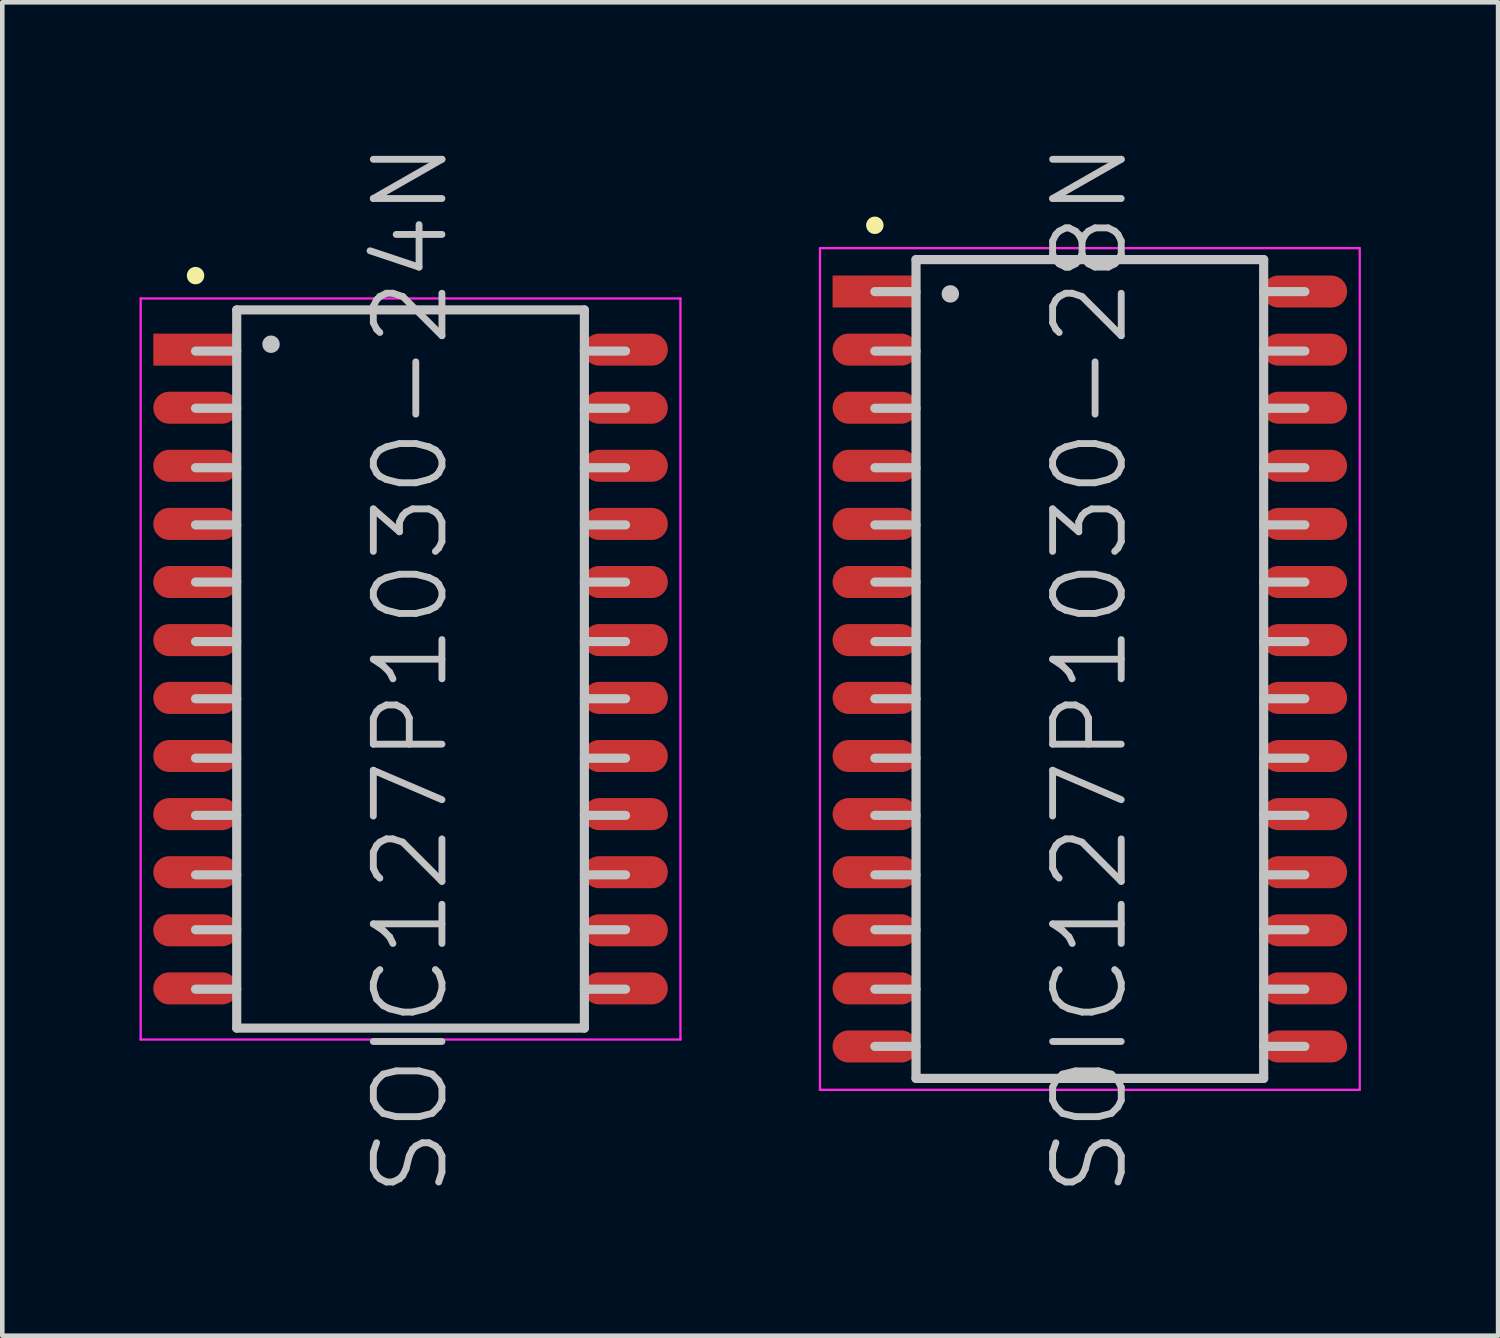
<source format=kicad_pcb>
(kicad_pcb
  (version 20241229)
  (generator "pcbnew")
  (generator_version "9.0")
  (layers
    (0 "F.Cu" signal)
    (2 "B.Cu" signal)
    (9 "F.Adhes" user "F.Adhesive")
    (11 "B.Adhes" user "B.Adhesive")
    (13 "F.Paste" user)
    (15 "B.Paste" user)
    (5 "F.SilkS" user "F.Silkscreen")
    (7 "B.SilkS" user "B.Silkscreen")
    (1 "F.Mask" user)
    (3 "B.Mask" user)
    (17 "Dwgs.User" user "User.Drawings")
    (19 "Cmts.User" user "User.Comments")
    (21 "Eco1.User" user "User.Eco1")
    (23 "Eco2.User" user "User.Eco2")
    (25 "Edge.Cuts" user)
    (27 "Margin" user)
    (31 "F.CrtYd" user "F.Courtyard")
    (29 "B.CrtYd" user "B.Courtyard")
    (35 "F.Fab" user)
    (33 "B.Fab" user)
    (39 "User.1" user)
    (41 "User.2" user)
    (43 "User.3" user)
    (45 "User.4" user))
  (footprint "SOIC127P1030-28N"
    (layer "F.Cu")
    (at 20.775 11.575)
    (property "Reference" "SOIC127P1030-28N" (at 0 0 90) (layer "Dwgs.User") (effects (font (size 1.5 1.5) (thickness 0.15))))
    (attr smd)
    (fp_line (start -4.7 -9.7) (end -4.7 -9.7) (stroke (width 0.381) (type solid)) (layer "F.SilkS"))
    (fp_line (start -3.8 -8.95) (end -3.8 8.95) (stroke (width 0.2) (type solid)) (layer "Dwgs.User"))
    (fp_line (start -3.8 -8.95) (end 3.8 -8.95) (stroke (width 0.2) (type solid)) (layer "Dwgs.User"))
    (fp_line (start -3.8 -8.25) (end -4.7 -8.25) (stroke (width 0.2) (type solid)) (layer "Dwgs.User"))
    (fp_line (start -3.8 -6.95) (end -4.7 -6.95) (stroke (width 0.2) (type solid)) (layer "Dwgs.User"))
    (fp_line (start -3.8 -5.7) (end -4.7 -5.7) (stroke (width 0.2) (type solid)) (layer "Dwgs.User"))
    (fp_line (start -3.8 -4.4) (end -4.7 -4.4) (stroke (width 0.2) (type solid)) (layer "Dwgs.User"))
    (fp_line (start -3.8 -3.15) (end -4.7 -3.15) (stroke (width 0.2) (type solid)) (layer "Dwgs.User"))
    (fp_line (start -3.8 -1.9) (end -4.7 -1.9) (stroke (width 0.2) (type solid)) (layer "Dwgs.User"))
    (fp_line (start -3.8 -0.6) (end -4.7 -0.6) (stroke (width 0.2) (type solid)) (layer "Dwgs.User"))
    (fp_line (start -3.8 0.65) (end -4.7 0.65) (stroke (width 0.2) (type solid)) (layer "Dwgs.User"))
    (fp_line (start -3.8 1.95) (end -4.7 1.95) (stroke (width 0.2) (type solid)) (layer "Dwgs.User"))
    (fp_line (start -3.8 3.2) (end -4.7 3.2) (stroke (width 0.2) (type solid)) (layer "Dwgs.User"))
    (fp_line (start -3.8 4.5) (end -4.7 4.5) (stroke (width 0.2) (type solid)) (layer "Dwgs.User"))
    (fp_line (start -3.8 5.7) (end -4.7 5.7) (stroke (width 0.2) (type solid)) (layer "Dwgs.User"))
    (fp_line (start -3.8 7) (end -4.7 7) (stroke (width 0.2) (type solid)) (layer "Dwgs.User"))
    (fp_line (start -3.8 8.25) (end -4.7 8.25) (stroke (width 0.2) (type solid)) (layer "Dwgs.User"))
    (fp_line (start -3.8 8.95) (end 3.8 8.95) (stroke (width 0.2) (type solid)) (layer "Dwgs.User"))
    (fp_line (start -3.05 -8.2) (end -3.05 -8.2) (stroke (width 0.381) (type solid)) (layer "Dwgs.User"))
    (fp_line (start 3.8 -8.95) (end 3.8 8.95) (stroke (width 0.2) (type solid)) (layer "Dwgs.User"))
    (fp_line (start 4.7 -8.25) (end 3.8 -8.25) (stroke (width 0.2) (type solid)) (layer "Dwgs.User"))
    (fp_line (start 4.7 -6.95) (end 3.8 -6.95) (stroke (width 0.2) (type solid)) (layer "Dwgs.User"))
    (fp_line (start 4.7 -5.7) (end 3.8 -5.7) (stroke (width 0.2) (type solid)) (layer "Dwgs.User"))
    (fp_line (start 4.7 -4.4) (end 3.8 -4.4) (stroke (width 0.2) (type solid)) (layer "Dwgs.User"))
    (fp_line (start 4.7 -3.15) (end 3.8 -3.15) (stroke (width 0.2) (type solid)) (layer "Dwgs.User"))
    (fp_line (start 4.7 -1.9) (end 3.8 -1.9) (stroke (width 0.2) (type solid)) (layer "Dwgs.User"))
    (fp_line (start 4.7 -0.6) (end 3.8 -0.6) (stroke (width 0.2) (type solid)) (layer "Dwgs.User"))
    (fp_line (start 4.7 0.65) (end 3.8 0.65) (stroke (width 0.2) (type solid)) (layer "Dwgs.User"))
    (fp_line (start 4.7 1.95) (end 3.8 1.95) (stroke (width 0.2) (type solid)) (layer "Dwgs.User"))
    (fp_line (start 4.7 3.2) (end 3.8 3.2) (stroke (width 0.2) (type solid)) (layer "Dwgs.User"))
    (fp_line (start 4.7 4.5) (end 3.8 4.5) (stroke (width 0.2) (type solid)) (layer "Dwgs.User"))
    (fp_line (start 4.7 5.7) (end 3.8 5.7) (stroke (width 0.2) (type solid)) (layer "Dwgs.User"))
    (fp_line (start 4.7 7) (end 3.8 7) (stroke (width 0.2) (type solid)) (layer "Dwgs.User"))
    (fp_line (start 4.7 8.25) (end 3.8 8.25) (stroke (width 0.2) (type solid)) (layer "Dwgs.User"))
    (fp_line (start -5.9 -9.2) (end -5.9 9.2) (stroke (width 0.05) (type solid)) (layer "F.CrtYd"))
    (fp_line (start -5.9 -9.2) (end 5.9 -9.2) (stroke (width 0.05) (type solid)) (layer "F.CrtYd"))
    (fp_line (start -5.9 9.2) (end 5.9 9.2) (stroke (width 0.05) (type solid)) (layer "F.CrtYd"))
    (fp_line (start 5.9 -9.2) (end 5.9 9.2) (stroke (width 0.05) (type solid)) (layer "F.CrtYd"))
    (pad "1" smd rect (at -4.699 -8.252 90) (size 0.7 1.85) (layers "F.Cu" "F.Mask" "F.Paste"))
    (pad "2" smd oval (at -4.699 -6.982 90) (size 0.7 1.85) (layers "F.Cu" "F.Mask" "F.Paste"))
    (pad "3" smd oval (at -4.699 -5.712 90) (size 0.7 1.85) (layers "F.Cu" "F.Mask" "F.Paste"))
    (pad "4" smd oval (at -4.699 -4.442 90) (size 0.7 1.85) (layers "F.Cu" "F.Mask" "F.Paste"))
    (pad "5" smd oval (at -4.699 -3.172 90) (size 0.7 1.85) (layers "F.Cu" "F.Mask" "F.Paste"))
    (pad "6" smd oval (at -4.699 -1.902 90) (size 0.7 1.85) (layers "F.Cu" "F.Mask" "F.Paste"))
    (pad "7" smd oval (at -4.699 -0.632 90) (size 0.7 1.85) (layers "F.Cu" "F.Mask" "F.Paste"))
    (pad "8" smd oval (at -4.699 0.632 90) (size 0.7 1.85) (layers "F.Cu" "F.Mask" "F.Paste"))
    (pad "9" smd oval (at -4.699 1.902 90) (size 0.7 1.85) (layers "F.Cu" "F.Mask" "F.Paste"))
    (pad "10" smd oval (at -4.699 3.172 90) (size 0.7 1.85) (layers "F.Cu" "F.Mask" "F.Paste"))
    (pad "11" smd oval (at -4.699 4.442 90) (size 0.7 1.85) (layers "F.Cu" "F.Mask" "F.Paste"))
    (pad "12" smd oval (at -4.699 5.712 90) (size 0.7 1.85) (layers "F.Cu" "F.Mask" "F.Paste"))
    (pad "13" smd oval (at -4.699 6.982 90) (size 0.7 1.85) (layers "F.Cu" "F.Mask" "F.Paste"))
    (pad "14" smd oval (at -4.699 8.252 90) (size 0.7 1.85) (layers "F.Cu" "F.Mask" "F.Paste"))
    (pad "15" smd oval (at 4.699 8.252 270) (size 0.7 1.85) (layers "F.Cu" "F.Mask" "F.Paste"))
    (pad "16" smd oval (at 4.699 6.982 270) (size 0.7 1.85) (layers "F.Cu" "F.Mask" "F.Paste"))
    (pad "17" smd oval (at 4.699 5.712 270) (size 0.7 1.85) (layers "F.Cu" "F.Mask" "F.Paste"))
    (pad "18" smd oval (at 4.699 4.442 270) (size 0.7 1.85) (layers "F.Cu" "F.Mask" "F.Paste"))
    (pad "19" smd oval (at 4.699 3.172 270) (size 0.7 1.85) (layers "F.Cu" "F.Mask" "F.Paste"))
    (pad "20" smd oval (at 4.699 1.902 270) (size 0.7 1.85) (layers "F.Cu" "F.Mask" "F.Paste"))
    (pad "21" smd oval (at 4.699 0.632 270) (size 0.7 1.85) (layers "F.Cu" "F.Mask" "F.Paste"))
    (pad "22" smd oval (at 4.699 -0.632 270) (size 0.7 1.85) (layers "F.Cu" "F.Mask" "F.Paste"))
    (pad "23" smd oval (at 4.699 -1.902 270) (size 0.7 1.85) (layers "F.Cu" "F.Mask" "F.Paste"))
    (pad "24" smd oval (at 4.699 -3.172 270) (size 0.7 1.85) (layers "F.Cu" "F.Mask" "F.Paste"))
    (pad "25" smd oval (at 4.699 -4.442 270) (size 0.7 1.85) (layers "F.Cu" "F.Mask" "F.Paste"))
    (pad "26" smd oval (at 4.699 -5.712 270) (size 0.7 1.85) (layers "F.Cu" "F.Mask" "F.Paste"))
    (pad "27" smd oval (at 4.699 -6.982 270) (size 0.7 1.85) (layers "F.Cu" "F.Mask" "F.Paste"))
    (pad "28" smd oval (at 4.699 -8.252 270) (size 0.7 1.85) (layers "F.Cu" "F.Mask" "F.Paste")))
  (footprint "SOIC127P1030-24N"
    (layer "F.Cu")
    (at 5.925 11.575)
    (property "Reference" "SOIC127P1030-24N" (at 0 0 90) (layer "Dwgs.User") (effects (font (size 1.5 1.5) (thickness 0.15))))
    (attr smd)
    (fp_line (start -4.7 -8.6) (end -4.7 -8.6) (stroke (width 0.381) (type solid)) (layer "F.SilkS"))
    (fp_line (start -3.8 -7.85) (end -3.8 7.85) (stroke (width 0.2) (type solid)) (layer "Dwgs.User"))
    (fp_line (start -3.8 -7.85) (end 3.8 -7.85) (stroke (width 0.2) (type solid)) (layer "Dwgs.User"))
    (fp_line (start -3.8 -6.95) (end -4.7 -6.95) (stroke (width 0.2) (type solid)) (layer "Dwgs.User"))
    (fp_line (start -3.8 -5.7) (end -4.7 -5.7) (stroke (width 0.2) (type solid)) (layer "Dwgs.User"))
    (fp_line (start -3.8 -4.4) (end -4.7 -4.4) (stroke (width 0.2) (type solid)) (layer "Dwgs.User"))
    (fp_line (start -3.8 -3.15) (end -4.7 -3.15) (stroke (width 0.2) (type solid)) (layer "Dwgs.User"))
    (fp_line (start -3.8 -1.9) (end -4.7 -1.9) (stroke (width 0.2) (type solid)) (layer "Dwgs.User"))
    (fp_line (start -3.8 -0.6) (end -4.7 -0.6) (stroke (width 0.2) (type solid)) (layer "Dwgs.User"))
    (fp_line (start -3.8 0.65) (end -4.7 0.65) (stroke (width 0.2) (type solid)) (layer "Dwgs.User"))
    (fp_line (start -3.8 1.95) (end -4.7 1.95) (stroke (width 0.2) (type solid)) (layer "Dwgs.User"))
    (fp_line (start -3.8 3.2) (end -4.7 3.2) (stroke (width 0.2) (type solid)) (layer "Dwgs.User"))
    (fp_line (start -3.8 4.5) (end -4.7 4.5) (stroke (width 0.2) (type solid)) (layer "Dwgs.User"))
    (fp_line (start -3.8 5.7) (end -4.7 5.7) (stroke (width 0.2) (type solid)) (layer "Dwgs.User"))
    (fp_line (start -3.8 7) (end -4.7 7) (stroke (width 0.2) (type solid)) (layer "Dwgs.User"))
    (fp_line (start -3.8 7.85) (end 3.8 7.85) (stroke (width 0.2) (type solid)) (layer "Dwgs.User"))
    (fp_line (start -3.05 -7.1) (end -3.05 -7.1) (stroke (width 0.381) (type solid)) (layer "Dwgs.User"))
    (fp_line (start 3.8 -7.85) (end 3.8 7.85) (stroke (width 0.2) (type solid)) (layer "Dwgs.User"))
    (fp_line (start 4.7 -6.95) (end 3.8 -6.95) (stroke (width 0.2) (type solid)) (layer "Dwgs.User"))
    (fp_line (start 4.7 -5.7) (end 3.8 -5.7) (stroke (width 0.2) (type solid)) (layer "Dwgs.User"))
    (fp_line (start 4.7 -4.4) (end 3.8 -4.4) (stroke (width 0.2) (type solid)) (layer "Dwgs.User"))
    (fp_line (start 4.7 -3.15) (end 3.8 -3.15) (stroke (width 0.2) (type solid)) (layer "Dwgs.User"))
    (fp_line (start 4.7 -1.9) (end 3.8 -1.9) (stroke (width 0.2) (type solid)) (layer "Dwgs.User"))
    (fp_line (start 4.7 -0.6) (end 3.8 -0.6) (stroke (width 0.2) (type solid)) (layer "Dwgs.User"))
    (fp_line (start 4.7 0.65) (end 3.8 0.65) (stroke (width 0.2) (type solid)) (layer "Dwgs.User"))
    (fp_line (start 4.7 1.95) (end 3.8 1.95) (stroke (width 0.2) (type solid)) (layer "Dwgs.User"))
    (fp_line (start 4.7 3.2) (end 3.8 3.2) (stroke (width 0.2) (type solid)) (layer "Dwgs.User"))
    (fp_line (start 4.7 4.5) (end 3.8 4.5) (stroke (width 0.2) (type solid)) (layer "Dwgs.User"))
    (fp_line (start 4.7 5.7) (end 3.8 5.7) (stroke (width 0.2) (type solid)) (layer "Dwgs.User"))
    (fp_line (start 4.7 7) (end 3.8 7) (stroke (width 0.2) (type solid)) (layer "Dwgs.User"))
    (fp_line (start -5.9 -8.1) (end -5.9 8.1) (stroke (width 0.05) (type solid)) (layer "F.CrtYd"))
    (fp_line (start -5.9 -8.1) (end 5.9 -8.1) (stroke (width 0.05) (type solid)) (layer "F.CrtYd"))
    (fp_line (start -5.9 8.1) (end 5.9 8.1) (stroke (width 0.05) (type solid)) (layer "F.CrtYd"))
    (fp_line (start 5.9 -8.1) (end 5.9 8.1) (stroke (width 0.05) (type solid)) (layer "F.CrtYd"))
    (pad "1" smd rect (at -4.699 -6.982 90) (size 0.7 1.85) (layers "F.Cu" "F.Mask" "F.Paste"))
    (pad "2" smd oval (at -4.699 -5.712 90) (size 0.7 1.85) (layers "F.Cu" "F.Mask" "F.Paste"))
    (pad "3" smd oval (at -4.699 -4.442 90) (size 0.7 1.85) (layers "F.Cu" "F.Mask" "F.Paste"))
    (pad "4" smd oval (at -4.699 -3.172 90) (size 0.7 1.85) (layers "F.Cu" "F.Mask" "F.Paste"))
    (pad "5" smd oval (at -4.699 -1.902 90) (size 0.7 1.85) (layers "F.Cu" "F.Mask" "F.Paste"))
    (pad "6" smd oval (at -4.699 -0.632 90) (size 0.7 1.85) (layers "F.Cu" "F.Mask" "F.Paste"))
    (pad "7" smd oval (at -4.699 0.632 90) (size 0.7 1.85) (layers "F.Cu" "F.Mask" "F.Paste"))
    (pad "8" smd oval (at -4.699 1.902 90) (size 0.7 1.85) (layers "F.Cu" "F.Mask" "F.Paste"))
    (pad "9" smd oval (at -4.699 3.172 90) (size 0.7 1.85) (layers "F.Cu" "F.Mask" "F.Paste"))
    (pad "10" smd oval (at -4.699 4.442 90) (size 0.7 1.85) (layers "F.Cu" "F.Mask" "F.Paste"))
    (pad "11" smd oval (at -4.699 5.712 90) (size 0.7 1.85) (layers "F.Cu" "F.Mask" "F.Paste"))
    (pad "12" smd oval (at -4.699 6.982 90) (size 0.7 1.85) (layers "F.Cu" "F.Mask" "F.Paste"))
    (pad "13" smd oval (at 4.699 6.982 270) (size 0.7 1.85) (layers "F.Cu" "F.Mask" "F.Paste"))
    (pad "14" smd oval (at 4.699 5.712 270) (size 0.7 1.85) (layers "F.Cu" "F.Mask" "F.Paste"))
    (pad "15" smd oval (at 4.699 4.442 270) (size 0.7 1.85) (layers "F.Cu" "F.Mask" "F.Paste"))
    (pad "16" smd oval (at 4.699 3.172 270) (size 0.7 1.85) (layers "F.Cu" "F.Mask" "F.Paste"))
    (pad "17" smd oval (at 4.699 1.902 270) (size 0.7 1.85) (layers "F.Cu" "F.Mask" "F.Paste"))
    (pad "18" smd oval (at 4.699 0.632 270) (size 0.7 1.85) (layers "F.Cu" "F.Mask" "F.Paste"))
    (pad "19" smd oval (at 4.699 -0.632 270) (size 0.7 1.85) (layers "F.Cu" "F.Mask" "F.Paste"))
    (pad "20" smd oval (at 4.699 -1.902 270) (size 0.7 1.85) (layers "F.Cu" "F.Mask" "F.Paste"))
    (pad "21" smd oval (at 4.699 -3.172 270) (size 0.7 1.85) (layers "F.Cu" "F.Mask" "F.Paste"))
    (pad "22" smd oval (at 4.699 -4.442 270) (size 0.7 1.85) (layers "F.Cu" "F.Mask" "F.Paste"))
    (pad "23" smd oval (at 4.699 -5.712 270) (size 0.7 1.85) (layers "F.Cu" "F.Mask" "F.Paste"))
    (pad "24" smd oval (at 4.699 -6.982 270) (size 0.7 1.85) (layers "F.Cu" "F.Mask" "F.Paste")))
  (gr_rect
    (start -3 -3)
    (end 29.7 26.15)
    (stroke (width 0.1) (type default))
    (fill no)
    (layer "Edge.Cuts")))
</source>
